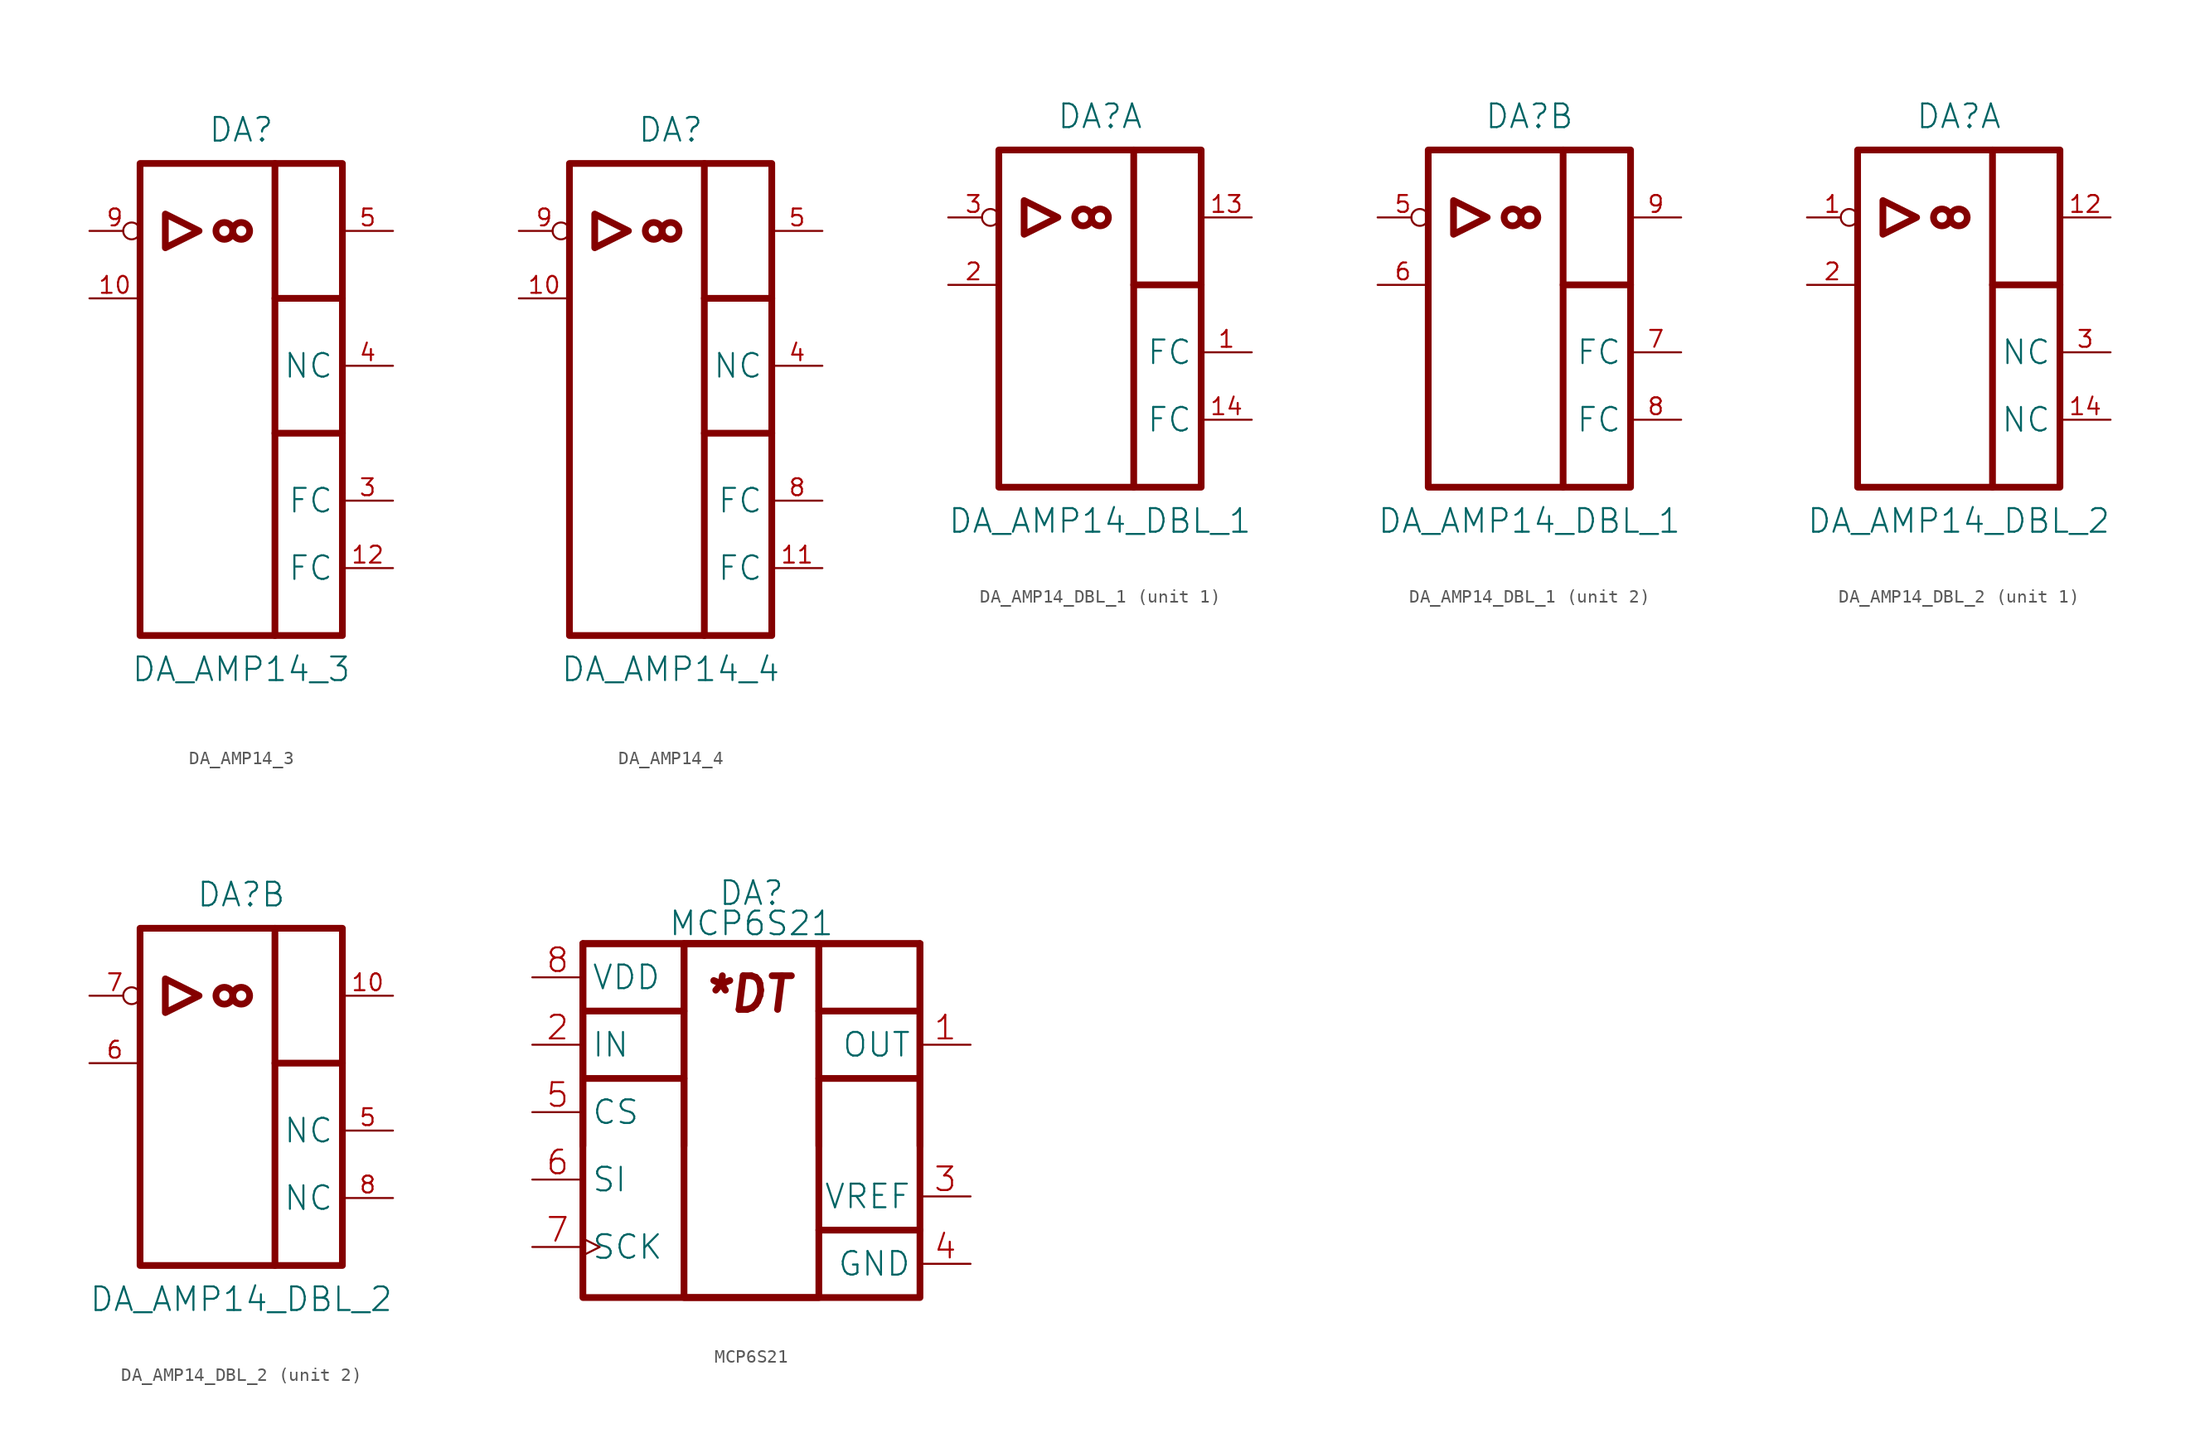
<source format=kicad_sym>
(kicad_symbol_lib
  (version 20211014)
  (generator kicad_symbol_editor)
  (symbol "DA_AMP14_3"
    (pin_names
      (offset 0.635))
    (property "Reference" "DA"
      (at 0 20.32 0)
      (effects (font (size 1.778 1.778))))
    (property "Value" "DA_AMP14_3"
      (at 0 -20.32 0)
      (effects (font (size 1.778 1.778))))
    (symbol "DA_AMP14_3_0_0"
      (circle (center -1.27 12.7) (radius 0.635) (stroke (width 0.508) (type default) (color 0 0 0 0)) (fill (type none)))
      (polyline (pts (xy 2.54 17.78) (xy 2.54 -17.78)) (stroke (width 0.508) (type default) (color 0 0 0 0)) (fill (type none)))
      (polyline (pts (xy 7.62 -2.54) (xy 2.54 -2.54)) (stroke (width 0.508) (type default) (color 0 0 0 0)) (fill (type none)))
      (polyline (pts (xy 7.62 7.62) (xy 2.54 7.62)) (stroke (width 0.508) (type default) (color 0 0 0 0)) (fill (type none)))
      (circle (center 0 12.7) (radius 0.635) (stroke (width 0.508) (type default) (color 0 0 0 0)) (fill (type none))))
    (symbol "DA_AMP14_3_0_1"
      (rectangle (start -7.62 17.78) (end 7.62 -17.78) (stroke (width 0.508) (type default) (color 0 0 0 0)) (fill (type none)))
      (polyline (pts (xy -5.715 13.97) (xy -5.715 11.43) (xy -3.175 12.7) (xy -5.715 13.97)) (stroke (width 0.508) (type default) (color 0 0 0 0)) (fill (type none))))
    (symbol "DA_AMP14_3_1_1"
      (pin power_in line (at 11.43 -15.24 180) (length 3.81) hide (name "-U" (effects (font (size 1.27 1.27)))) (number "1" (effects (font (size 1.27 1.27)))))
      (pin input line (at -11.43 7.62 0) (length 3.81) (name "~" (effects (font (size 1.778 1.778)))) (number "10" (effects (font (size 1.27 1.27)))))
      (pin passive line (at 11.43 -12.7 180) (length 3.81) (name "FC" (effects (font (size 1.778 1.778)))) (number "12" (effects (font (size 1.27 1.27)))))
      (pin passive line (at 11.43 -7.62 180) (length 3.81) (name "FC" (effects (font (size 1.778 1.778)))) (number "3" (effects (font (size 1.27 1.27)))))
      (pin passive line (at 11.43 2.54 180) (length 3.81) (name "NC" (effects (font (size 1.778 1.778)))) (number "4" (effects (font (size 1.27 1.27)))))
      (pin output line (at 11.43 12.7 180) (length 3.81) (name "~" (effects (font (size 1.778 1.778)))) (number "5" (effects (font (size 1.27 1.27)))))
      (pin power_in line (at 11.43 15.24 180) (length 3.81) hide (name "+U" (effects (font (size 1.27 1.27)))) (number "7" (effects (font (size 1.27 1.27)))))
      (pin input inverted (at -11.43 12.7 0) (length 3.81) (name "~" (effects (font (size 1.778 1.778)))) (number "9" (effects (font (size 1.27 1.27)))))))
  (symbol "DA_AMP14_4"
    (pin_names
      (offset 0.635))
    (property "Reference" "DA"
      (at 0 20.32 0)
      (effects (font (size 1.778 1.778))))
    (property "Value" "DA_AMP14_4"
      (at 0 -20.32 0)
      (effects (font (size 1.778 1.778))))
    (symbol "DA_AMP14_4_0_0"
      (circle (center -1.27 12.7) (radius 0.635) (stroke (width 0.508) (type default) (color 0 0 0 0)) (fill (type none)))
      (polyline (pts (xy 2.54 17.78) (xy 2.54 -17.78)) (stroke (width 0.508) (type default) (color 0 0 0 0)) (fill (type none)))
      (polyline (pts (xy 7.62 -2.54) (xy 2.54 -2.54)) (stroke (width 0.508) (type default) (color 0 0 0 0)) (fill (type none)))
      (polyline (pts (xy 7.62 7.62) (xy 2.54 7.62)) (stroke (width 0.508) (type default) (color 0 0 0 0)) (fill (type none)))
      (circle (center 0 12.7) (radius 0.635) (stroke (width 0.508) (type default) (color 0 0 0 0)) (fill (type none))))
    (symbol "DA_AMP14_4_0_1"
      (rectangle (start -7.62 17.78) (end 7.62 -17.78) (stroke (width 0.508) (type default) (color 0 0 0 0)) (fill (type none)))
      (polyline (pts (xy -5.715 13.97) (xy -5.715 11.43) (xy -3.175 12.7) (xy -5.715 13.97)) (stroke (width 0.508) (type default) (color 0 0 0 0)) (fill (type none))))
    (symbol "DA_AMP14_4_1_1"
      (pin power_in line (at 11.43 -15.24 180) (length 3.81) hide (name "-U" (effects (font (size 1.27 1.27)))) (number "1" (effects (font (size 1.27 1.27)))))
      (pin input line (at -11.43 7.62 0) (length 3.81) (name "~" (effects (font (size 1.778 1.778)))) (number "10" (effects (font (size 1.27 1.27)))))
      (pin passive line (at 11.43 -12.7 180) (length 3.81) (name "FC" (effects (font (size 1.778 1.778)))) (number "11" (effects (font (size 1.27 1.27)))))
      (pin passive line (at 11.43 2.54 180) (length 3.81) (name "NC" (effects (font (size 1.778 1.778)))) (number "4" (effects (font (size 1.27 1.27)))))
      (pin output line (at 11.43 12.7 180) (length 3.81) (name "~" (effects (font (size 1.778 1.778)))) (number "5" (effects (font (size 1.27 1.27)))))
      (pin power_in line (at 11.43 15.24 180) (length 3.81) hide (name "+U" (effects (font (size 1.27 1.27)))) (number "7" (effects (font (size 1.27 1.27)))))
      (pin passive line (at 11.43 -7.62 180) (length 3.81) (name "FC" (effects (font (size 1.778 1.778)))) (number "8" (effects (font (size 1.27 1.27)))))
      (pin input inverted (at -11.43 12.7 0) (length 3.81) (name "~" (effects (font (size 1.778 1.778)))) (number "9" (effects (font (size 1.27 1.27)))))))
  (symbol "DA_AMP14_DBL_1"
    (pin_names
      (offset 0.635))
    (property "Reference" "DA"
      (at 0 15.24 0)
      (effects (font (size 1.778 1.778))))
    (property "Value" "DA_AMP14_DBL_1"
      (at 0 -15.24 0)
      (effects (font (size 1.778 1.778))))
    (symbol "DA_AMP14_DBL_1_0_0"
      (circle (center -1.27 7.62) (radius 0.635) (stroke (width 0.508) (type default) (color 0 0 0 0)) (fill (type none)))
      (polyline (pts (xy 2.54 12.7) (xy 2.54 -12.7)) (stroke (width 0.508) (type default) (color 0 0 0 0)) (fill (type none)))
      (polyline (pts (xy 7.62 2.54) (xy 2.54 2.54)) (stroke (width 0.508) (type default) (color 0 0 0 0)) (fill (type none)))
      (circle (center 0 7.62) (radius 0.635) (stroke (width 0.508) (type default) (color 0 0 0 0)) (fill (type none))))
    (symbol "DA_AMP14_DBL_1_0_1"
      (rectangle (start -7.62 12.7) (end 7.62 -12.7) (stroke (width 0.508) (type default) (color 0 0 0 0)) (fill (type none)))
      (polyline (pts (xy -5.715 8.89) (xy -5.715 6.35) (xy -3.175 7.62) (xy -5.715 8.89)) (stroke (width 0.508) (type default) (color 0 0 0 0)) (fill (type none)))
      (pin power_in line (at 11.43 10.16 180) (length 3.81) hide (name "+U" (effects (font (size 1.27 1.27)))) (number "11" (effects (font (size 1.27 1.27)))))
      (pin power_in line (at 11.43 -10.16 180) (length 3.81) hide (name "-U" (effects (font (size 1.27 1.27)))) (number "4" (effects (font (size 1.27 1.27))))))
    (symbol "DA_AMP14_DBL_1_1_1"
      (pin passive line (at 11.43 -2.54 180) (length 3.81) (name "FC" (effects (font (size 1.778 1.778)))) (number "1" (effects (font (size 1.27 1.27)))))
      (pin output line (at 11.43 7.62 180) (length 3.81) (name "~" (effects (font (size 1.778 1.778)))) (number "13" (effects (font (size 1.27 1.27)))))
      (pin passive line (at 11.43 -7.62 180) (length 3.81) (name "FC" (effects (font (size 1.778 1.778)))) (number "14" (effects (font (size 1.27 1.27)))))
      (pin input line (at -11.43 2.54 0) (length 3.81) (name "~" (effects (font (size 1.778 1.778)))) (number "2" (effects (font (size 1.27 1.27)))))
      (pin input inverted (at -11.43 7.62 0) (length 3.81) (name "~" (effects (font (size 1.778 1.778)))) (number "3" (effects (font (size 1.27 1.27))))))
    (symbol "DA_AMP14_DBL_1_2_1"
      (pin input inverted (at -11.43 7.62 0) (length 3.81) (name "~" (effects (font (size 1.778 1.778)))) (number "5" (effects (font (size 1.27 1.27)))))
      (pin input line (at -11.43 2.54 0) (length 3.81) (name "~" (effects (font (size 1.778 1.778)))) (number "6" (effects (font (size 1.27 1.27)))))
      (pin passive line (at 11.43 -2.54 180) (length 3.81) (name "FC" (effects (font (size 1.778 1.778)))) (number "7" (effects (font (size 1.27 1.27)))))
      (pin passive line (at 11.43 -7.62 180) (length 3.81) (name "FC" (effects (font (size 1.778 1.778)))) (number "8" (effects (font (size 1.27 1.27)))))
      (pin output line (at 11.43 7.62 180) (length 3.81) (name "~" (effects (font (size 1.778 1.778)))) (number "9" (effects (font (size 1.27 1.27)))))))
  (symbol "DA_AMP14_DBL_2"
    (pin_names
      (offset 0.635))
    (property "Reference" "DA"
      (at 0 15.24 0)
      (effects (font (size 1.778 1.778))))
    (property "Value" "DA_AMP14_DBL_2"
      (at 0 -15.24 0)
      (effects (font (size 1.778 1.778))))
    (symbol "DA_AMP14_DBL_2_0_0"
      (circle (center -1.27 7.62) (radius 0.635) (stroke (width 0.508) (type default) (color 0 0 0 0)) (fill (type none)))
      (polyline (pts (xy 2.54 12.7) (xy 2.54 -12.7)) (stroke (width 0.508) (type default) (color 0 0 0 0)) (fill (type none)))
      (polyline (pts (xy 7.62 2.54) (xy 2.54 2.54)) (stroke (width 0.508) (type default) (color 0 0 0 0)) (fill (type none)))
      (circle (center 0 7.62) (radius 0.635) (stroke (width 0.508) (type default) (color 0 0 0 0)) (fill (type none))))
    (symbol "DA_AMP14_DBL_2_0_1"
      (rectangle (start -7.62 12.7) (end 7.62 -12.7) (stroke (width 0.508) (type default) (color 0 0 0 0)) (fill (type none)))
      (polyline (pts (xy -5.715 8.89) (xy -5.715 6.35) (xy -3.175 7.62) (xy -5.715 8.89)) (stroke (width 0.508) (type default) (color 0 0 0 0)) (fill (type none)))
      (pin power_in line (at 11.43 -10.16 180) (length 3.81) hide (name "-U" (effects (font (size 1.27 1.27)))) (number "4" (effects (font (size 1.27 1.27))))))
    (symbol "DA_AMP14_DBL_2_1_1"
      (pin input inverted (at -11.43 7.62 0) (length 3.81) (name "~" (effects (font (size 1.778 1.778)))) (number "1" (effects (font (size 1.27 1.27)))))
      (pin output line (at 11.43 7.62 180) (length 3.81) (name "~" (effects (font (size 1.778 1.778)))) (number "12" (effects (font (size 1.27 1.27)))))
      (pin power_in line (at 11.43 10.16 180) (length 3.81) hide (name "+U" (effects (font (size 1.27 1.27)))) (number "13" (effects (font (size 1.27 1.27)))))
      (pin passive line (at 11.43 -7.62 180) (length 3.81) (name "NC" (effects (font (size 1.778 1.778)))) (number "14" (effects (font (size 1.27 1.27)))))
      (pin input line (at -11.43 2.54 0) (length 3.81) (name "~" (effects (font (size 1.778 1.778)))) (number "2" (effects (font (size 1.27 1.27)))))
      (pin passive line (at 11.43 -2.54 180) (length 3.81) (name "NC" (effects (font (size 1.778 1.778)))) (number "3" (effects (font (size 1.27 1.27))))))
    (symbol "DA_AMP14_DBL_2_2_1"
      (pin output line (at 11.43 7.62 180) (length 3.81) (name "~" (effects (font (size 1.778 1.778)))) (number "10" (effects (font (size 1.27 1.27)))))
      (pin passive line (at 11.43 -2.54 180) (length 3.81) (name "NC" (effects (font (size 1.778 1.778)))) (number "5" (effects (font (size 1.27 1.27)))))
      (pin input line (at -11.43 2.54 0) (length 3.81) (name "~" (effects (font (size 1.778 1.778)))) (number "6" (effects (font (size 1.27 1.27)))))
      (pin input inverted (at -11.43 7.62 0) (length 3.81) (name "~" (effects (font (size 1.778 1.778)))) (number "7" (effects (font (size 1.27 1.27)))))
      (pin passive line (at 11.43 -7.62 180) (length 3.81) (name "NC" (effects (font (size 1.778 1.778)))) (number "8" (effects (font (size 1.27 1.27)))))
      (pin power_in line (at 11.43 10.16 180) (length 3.81) hide (name "+U" (effects (font (size 1.27 1.27)))) (number "9" (effects (font (size 1.27 1.27)))))))
  (symbol "MCP6S21"
    (pin_names
      (offset 0.635))
    (property "Reference" "DA"
      (at 0 11.43 0)
      (effects (font (size 1.778 1.778))))
    (property "Value" "MCP6S21"
      (at 0 9.144 0)
      (effects (font (size 1.778 1.778))))
    (symbol "MCP6S21_0_1"
      (rectangle (start -12.7 7.62) (end 12.7 -19.05) (stroke (width 0.508) (type default) (color 0 0 0 0)) (fill (type none)))
      (rectangle (start -5.08 7.62) (end 5.08 -19.05) (stroke (width 0.508) (type default) (color 0 0 0 0)) (fill (type none)))
      (polyline (pts (xy -12.7 -7.62) (xy -12.7 -7.62)) (stroke (width 0) (type default) (color 0 0 0 0)) (fill (type none)))
      (polyline (pts (xy -12.7 -2.54) (xy -5.08 -2.54)) (stroke (width 0.508) (type default) (color 0 0 0 0)) (fill (type none)))
      (polyline (pts (xy -12.7 2.54) (xy -5.08 2.54)) (stroke (width 0.508) (type default) (color 0 0 0 0)) (fill (type none)))
      (polyline (pts (xy -12.7 7.62) (xy -12.7 -7.62)) (stroke (width 0.508) (type default) (color 0 0 0 0)) (fill (type none)))
      (polyline (pts (xy -5.08 7.62) (xy -5.08 -7.62)) (stroke (width 0.508) (type default) (color 0 0 0 0)) (fill (type none)))
      (polyline (pts (xy 5.08 -7.62) (xy 5.08 7.62)) (stroke (width 0.508) (type default) (color 0 0 0 0)) (fill (type none)))
      (polyline (pts (xy 12.7 -13.97) (xy 5.08 -13.97)) (stroke (width 0.508) (type default) (color 0 0 0 0)) (fill (type none)))
      (polyline (pts (xy 12.7 -7.62) (xy 12.7 -7.62)) (stroke (width 0) (type default) (color 0 0 0 0)) (fill (type none)))
      (polyline (pts (xy 12.7 -7.62) (xy 12.7 7.62)) (stroke (width 0.508) (type default) (color 0 0 0 0)) (fill (type none)))
      (polyline (pts (xy 12.7 2.54) (xy 5.08 2.54)) (stroke (width 0.508) (type default) (color 0 0 0 0)) (fill (type none))))
    (symbol "MCP6S21_1_1"
      (polyline (pts (xy -12.7 5.08) (xy -12.7 5.08)) (stroke (width 0) (type default) (color 0 0 0 0)) (fill (type none)))
      (polyline (pts (xy 5.08 -2.54) (xy 12.7 -2.54)) (stroke (width 0.508) (type default) (color 0 0 0 0)) (fill (type none)))
      (polyline (pts (xy 12.7 7.62) (xy -12.7 7.62)) (stroke (width 0.508) (type default) (color 0 0 0 0)) (fill (type none)))
      (text "*DT" (at -0.254 3.81 0) (effects (font (size 2.54 2.54) bold italic)))
      (pin output line (at 16.51 0 180) (length 3.81) (name "OUT" (effects (font (size 1.778 1.778)))) (number "1" (effects (font (size 1.778 1.778)))))
      (pin input line (at -16.51 0 0) (length 3.81) (name "IN" (effects (font (size 1.778 1.778)))) (number "2" (effects (font (size 1.778 1.778)))))
      (pin power_in line (at 16.51 -11.43 180) (length 3.81) (name "VREF" (effects (font (size 1.778 1.778)))) (number "3" (effects (font (size 1.778 1.778)))))
      (pin power_in line (at 16.51 -16.51 180) (length 3.81) (name "GND" (effects (font (size 1.778 1.778)))) (number "4" (effects (font (size 1.778 1.778)))))
      (pin input line (at -16.51 -5.08 0) (length 3.81) (name "CS" (effects (font (size 1.778 1.778)))) (number "5" (effects (font (size 1.778 1.778)))))
      (pin input line (at -16.51 -10.16 0) (length 3.81) (name "SI" (effects (font (size 1.778 1.778)))) (number "6" (effects (font (size 1.778 1.778)))))
      (pin input clock (at -16.51 -15.24 0) (length 3.81) (name "SCK" (effects (font (size 1.778 1.778)))) (number "7" (effects (font (size 1.778 1.778)))))
      (pin power_in line (at -16.51 5.08 0) (length 3.81) (name "VDD" (effects (font (size 1.778 1.778)))) (number "8" (effects (font (size 1.778 1.778))))))))
</source>
